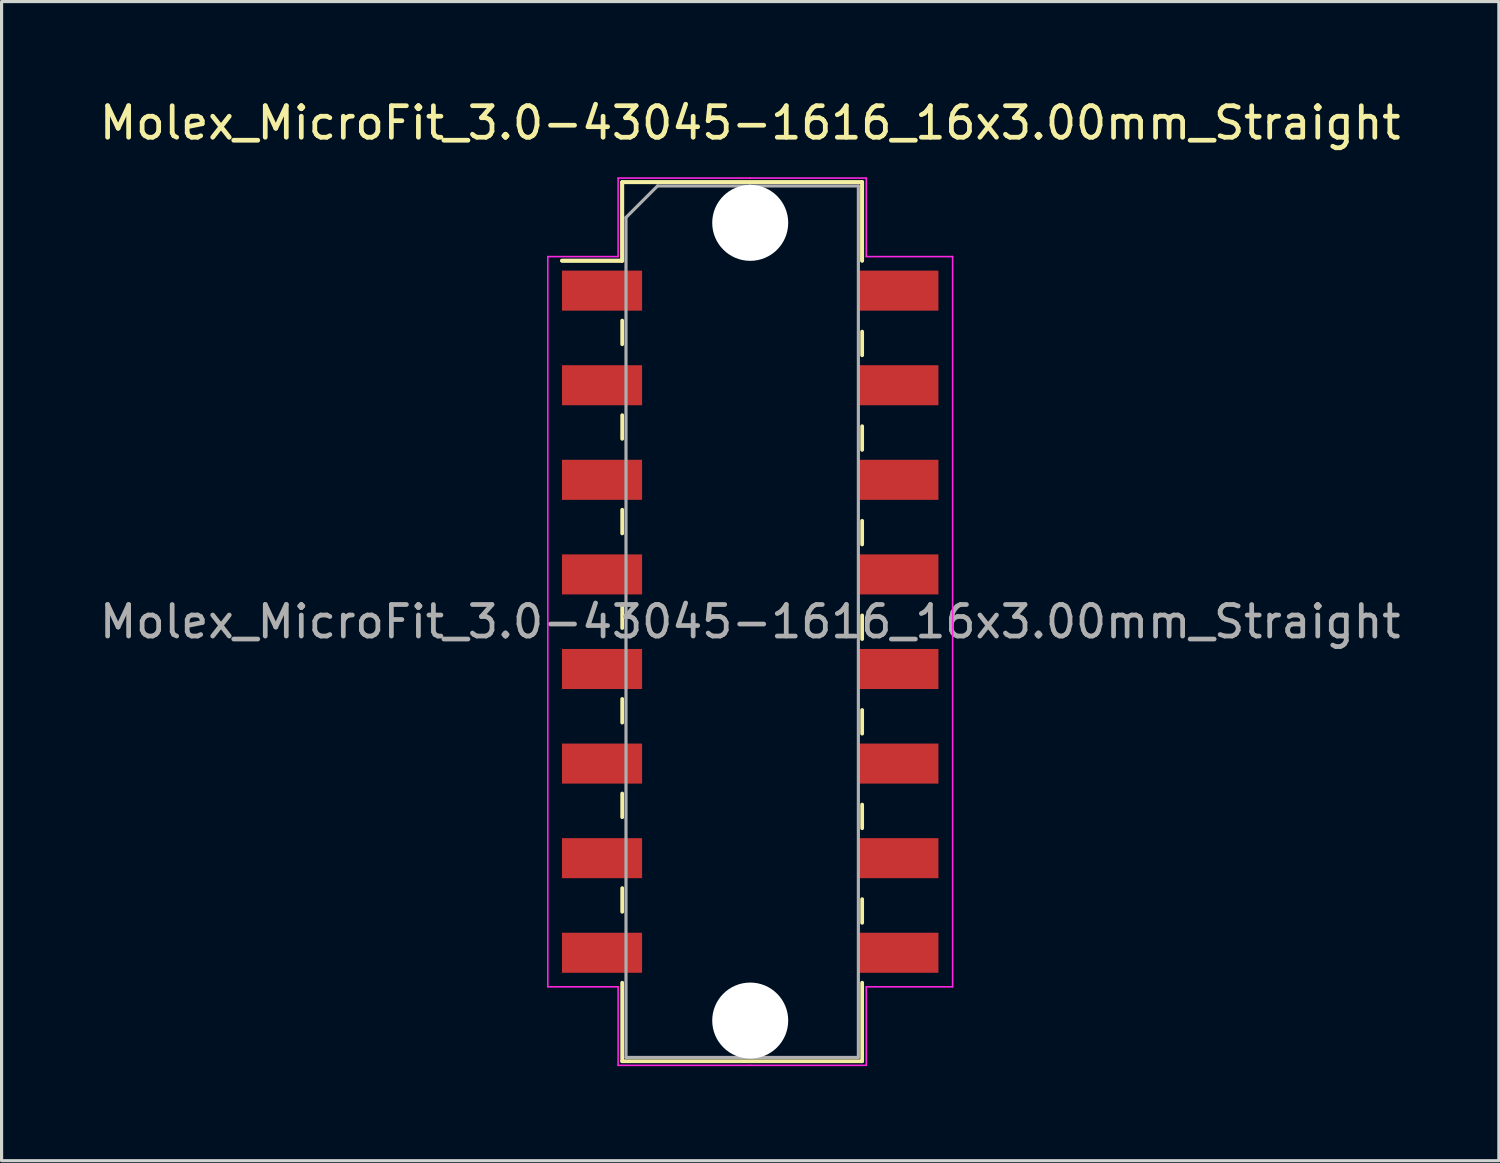
<source format=kicad_pcb>
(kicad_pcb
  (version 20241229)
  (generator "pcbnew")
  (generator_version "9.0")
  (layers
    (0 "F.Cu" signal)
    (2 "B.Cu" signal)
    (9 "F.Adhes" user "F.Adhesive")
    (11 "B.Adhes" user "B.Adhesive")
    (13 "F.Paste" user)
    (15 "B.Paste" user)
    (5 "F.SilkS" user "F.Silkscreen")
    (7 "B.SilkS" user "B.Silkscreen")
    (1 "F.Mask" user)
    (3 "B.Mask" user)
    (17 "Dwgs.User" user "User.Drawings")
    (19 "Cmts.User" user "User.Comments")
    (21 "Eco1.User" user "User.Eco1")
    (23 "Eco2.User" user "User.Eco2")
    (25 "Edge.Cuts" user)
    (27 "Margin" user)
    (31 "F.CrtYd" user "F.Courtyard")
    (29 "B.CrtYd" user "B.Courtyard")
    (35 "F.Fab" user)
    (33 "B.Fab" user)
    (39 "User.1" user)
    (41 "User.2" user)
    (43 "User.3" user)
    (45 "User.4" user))
  (footprint "Molex_MicroFit_3.0-43045-1616_16x3.00mm_Straight"
    (layer "F.Cu")
    (at 20.744 16.668)
    (property "Reference" "Molex_MicroFit_3.0-43045-1616_16x3.00mm_Straight" (at 0 -15.82 0) (layer "F.SilkS") (effects (font (size 1 1) (thickness 0.15))))
    (attr smd)
    (fp_line (start -5.97 -11.45) (end -4.06 -11.45) (stroke (width 0.12) (type solid)) (layer "F.SilkS"))
    (fp_line (start -5.97 -11.45) (end -4.06 -11.45) (stroke (width 0.12) (type solid)) (layer "F.SilkS"))
    (fp_line (start -4.06 -13.94) (end 3.55 -13.94) (stroke (width 0.12) (type solid)) (layer "F.SilkS"))
    (fp_line (start -4.06 -13.94) (end 3.55 -13.94) (stroke (width 0.12) (type solid)) (layer "F.SilkS"))
    (fp_line (start -4.06 -11.45) (end -4.06 -13.94) (stroke (width 0.12) (type solid)) (layer "F.SilkS"))
    (fp_line (start -4.06 -11.45) (end -4.06 -13.94) (stroke (width 0.12) (type solid)) (layer "F.SilkS"))
    (fp_line (start -4.06 -9.55) (end -4.06 -8.8) (stroke (width 0.12) (type solid)) (layer "F.SilkS"))
    (fp_line (start -4.06 -6.55) (end -4.06 -5.8) (stroke (width 0.12) (type solid)) (layer "F.SilkS"))
    (fp_line (start -4.06 -3.55) (end -4.06 -2.8) (stroke (width 0.12) (type solid)) (layer "F.SilkS"))
    (fp_line (start -4.06 -0.55) (end -4.06 0.2) (stroke (width 0.12) (type solid)) (layer "F.SilkS"))
    (fp_line (start -4.06 2.45) (end -4.06 3.2) (stroke (width 0.12) (type solid)) (layer "F.SilkS"))
    (fp_line (start -4.06 5.45) (end -4.06 6.2) (stroke (width 0.12) (type solid)) (layer "F.SilkS"))
    (fp_line (start -4.06 8.45) (end -4.06 9.2) (stroke (width 0.12) (type solid)) (layer "F.SilkS"))
    (fp_line (start -4.06 13.94) (end -4.06 11.45) (stroke (width 0.12) (type solid)) (layer "F.SilkS"))
    (fp_line (start 3.55 -13.94) (end 3.55 -11.45) (stroke (width 0.12) (type solid)) (layer "F.SilkS"))
    (fp_line (start 3.55 -13.94) (end 3.55 -11.45) (stroke (width 0.12) (type solid)) (layer "F.SilkS"))
    (fp_line (start 3.55 -8.45) (end 3.55 -9.2) (stroke (width 0.12) (type solid)) (layer "F.SilkS"))
    (fp_line (start 3.55 -5.45) (end 3.55 -6.2) (stroke (width 0.12) (type solid)) (layer "F.SilkS"))
    (fp_line (start 3.55 -2.45) (end 3.55 -3.2) (stroke (width 0.12) (type solid)) (layer "F.SilkS"))
    (fp_line (start 3.55 0.55) (end 3.55 -0.2) (stroke (width 0.12) (type solid)) (layer "F.SilkS"))
    (fp_line (start 3.55 3.55) (end 3.55 2.8) (stroke (width 0.12) (type solid)) (layer "F.SilkS"))
    (fp_line (start 3.55 6.55) (end 3.55 5.8) (stroke (width 0.12) (type solid)) (layer "F.SilkS"))
    (fp_line (start 3.55 9.55) (end 3.55 8.8) (stroke (width 0.12) (type solid)) (layer "F.SilkS"))
    (fp_line (start 3.55 11.45) (end 3.55 13.94) (stroke (width 0.12) (type solid)) (layer "F.SilkS"))
    (fp_line (start 3.55 13.94) (end -4.06 13.94) (stroke (width 0.12) (type solid)) (layer "F.SilkS"))
    (fp_line (start -6.42 -11.58) (end -4.19 -11.58) (stroke (width 0.05) (type solid)) (layer "F.CrtYd"))
    (fp_line (start -6.42 11.58) (end -6.42 -11.58) (stroke (width 0.05) (type solid)) (layer "F.CrtYd"))
    (fp_line (start -4.19 -14.07) (end 0 -14.07) (stroke (width 0.05) (type solid)) (layer "F.CrtYd"))
    (fp_line (start -4.19 -11.58) (end -4.19 -14.07) (stroke (width 0.05) (type solid)) (layer "F.CrtYd"))
    (fp_line (start -4.19 11.58) (end -6.42 11.58) (stroke (width 0.05) (type solid)) (layer "F.CrtYd"))
    (fp_line (start -4.19 14.07) (end -4.19 11.58) (stroke (width 0.05) (type solid)) (layer "F.CrtYd"))
    (fp_line (start 0 -14.07) (end 3.68 -14.07) (stroke (width 0.05) (type solid)) (layer "F.CrtYd"))
    (fp_line (start 0 14.07) (end -4.19 14.07) (stroke (width 0.05) (type solid)) (layer "F.CrtYd"))
    (fp_line (start 3.68 -14.07) (end 3.68 -11.58) (stroke (width 0.05) (type solid)) (layer "F.CrtYd"))
    (fp_line (start 3.68 -11.58) (end 6.42 -11.58) (stroke (width 0.05) (type solid)) (layer "F.CrtYd"))
    (fp_line (start 3.68 11.58) (end 3.68 14.07) (stroke (width 0.05) (type solid)) (layer "F.CrtYd"))
    (fp_line (start 3.68 14.07) (end 0 14.07) (stroke (width 0.05) (type solid)) (layer "F.CrtYd"))
    (fp_line (start 6.42 -11.58) (end 6.42 11.58) (stroke (width 0.05) (type solid)) (layer "F.CrtYd"))
    (fp_line (start 6.42 11.58) (end 3.68 11.58) (stroke (width 0.05) (type solid)) (layer "F.CrtYd"))
    (fp_line (start -3.94 -12.82) (end -2.94 -13.82) (stroke (width 0.1) (type solid)) (layer "F.Fab"))
    (fp_line (start -3.94 13.82) (end -3.94 -12.82) (stroke (width 0.1) (type solid)) (layer "F.Fab"))
    (fp_line (start -2.94 -13.82) (end 0 -13.82) (stroke (width 0.1) (type solid)) (layer "F.Fab"))
    (fp_line (start 0 -13.82) (end 3.43 -13.82) (stroke (width 0.1) (type solid)) (layer "F.Fab"))
    (fp_line (start 0 13.82) (end -3.94 13.82) (stroke (width 0.1) (type solid)) (layer "F.Fab"))
    (fp_line (start 3.43 -13.82) (end 3.43 13.82) (stroke (width 0.1) (type solid)) (layer "F.Fab"))
    (fp_line (start 3.43 13.82) (end 0 13.82) (stroke (width 0.1) (type solid)) (layer "F.Fab"))
    (fp_text user "${REFERENCE}" (at 0 0 0) (layer "F.Fab") (effects (font (size 1 1) (thickness 0.15))))
    (pad "" np_thru_hole circle (at 0 -12.65) (size 2.41 2.41) (drill 2.41) (layers "*.Cu"))
    (pad "" np_thru_hole circle (at 0 12.65) (size 2.41 2.41) (drill 2.41) (layers "*.Cu"))
    (pad "1" smd rect (at -4.7 -10.5) (size 2.54 1.27) (layers "F.Cu" "F.Mask" "F.Paste"))
    (pad "2" smd rect (at -4.7 -7.5) (size 2.54 1.27) (layers "F.Cu" "F.Mask" "F.Paste"))
    (pad "3" smd rect (at -4.7 -4.5) (size 2.54 1.27) (layers "F.Cu" "F.Mask" "F.Paste"))
    (pad "4" smd rect (at -4.7 -1.5) (size 2.54 1.27) (layers "F.Cu" "F.Mask" "F.Paste"))
    (pad "5" smd rect (at -4.7 1.5) (size 2.54 1.27) (layers "F.Cu" "F.Mask" "F.Paste"))
    (pad "6" smd rect (at -4.7 4.5) (size 2.54 1.27) (layers "F.Cu" "F.Mask" "F.Paste"))
    (pad "7" smd rect (at -4.7 7.5) (size 2.54 1.27) (layers "F.Cu" "F.Mask" "F.Paste"))
    (pad "8" smd rect (at -4.7 10.5) (size 2.54 1.27) (layers "F.Cu" "F.Mask" "F.Paste"))
    (pad "9" smd rect (at 4.7 10.5) (size 2.54 1.27) (layers "F.Cu" "F.Mask" "F.Paste"))
    (pad "10" smd rect (at 4.7 7.5) (size 2.54 1.27) (layers "F.Cu" "F.Mask" "F.Paste"))
    (pad "11" smd rect (at 4.7 4.5) (size 2.54 1.27) (layers "F.Cu" "F.Mask" "F.Paste"))
    (pad "12" smd rect (at 4.7 1.5) (size 2.54 1.27) (layers "F.Cu" "F.Mask" "F.Paste"))
    (pad "13" smd rect (at 4.7 -1.5) (size 2.54 1.27) (layers "F.Cu" "F.Mask" "F.Paste"))
    (pad "14" smd rect (at 4.7 -4.5) (size 2.54 1.27) (layers "F.Cu" "F.Mask" "F.Paste"))
    (pad "15" smd rect (at 4.7 -7.5) (size 2.54 1.27) (layers "F.Cu" "F.Mask" "F.Paste"))
    (pad "16" smd rect (at 4.7 -10.5) (size 2.54 1.27) (layers "F.Cu" "F.Mask" "F.Paste")))
  (gr_rect
    (start -3 -3)
    (end 44.488 33.763)
    (stroke (width 0.1) (type default))
    (fill no)
    (layer "Edge.Cuts")))
</source>
